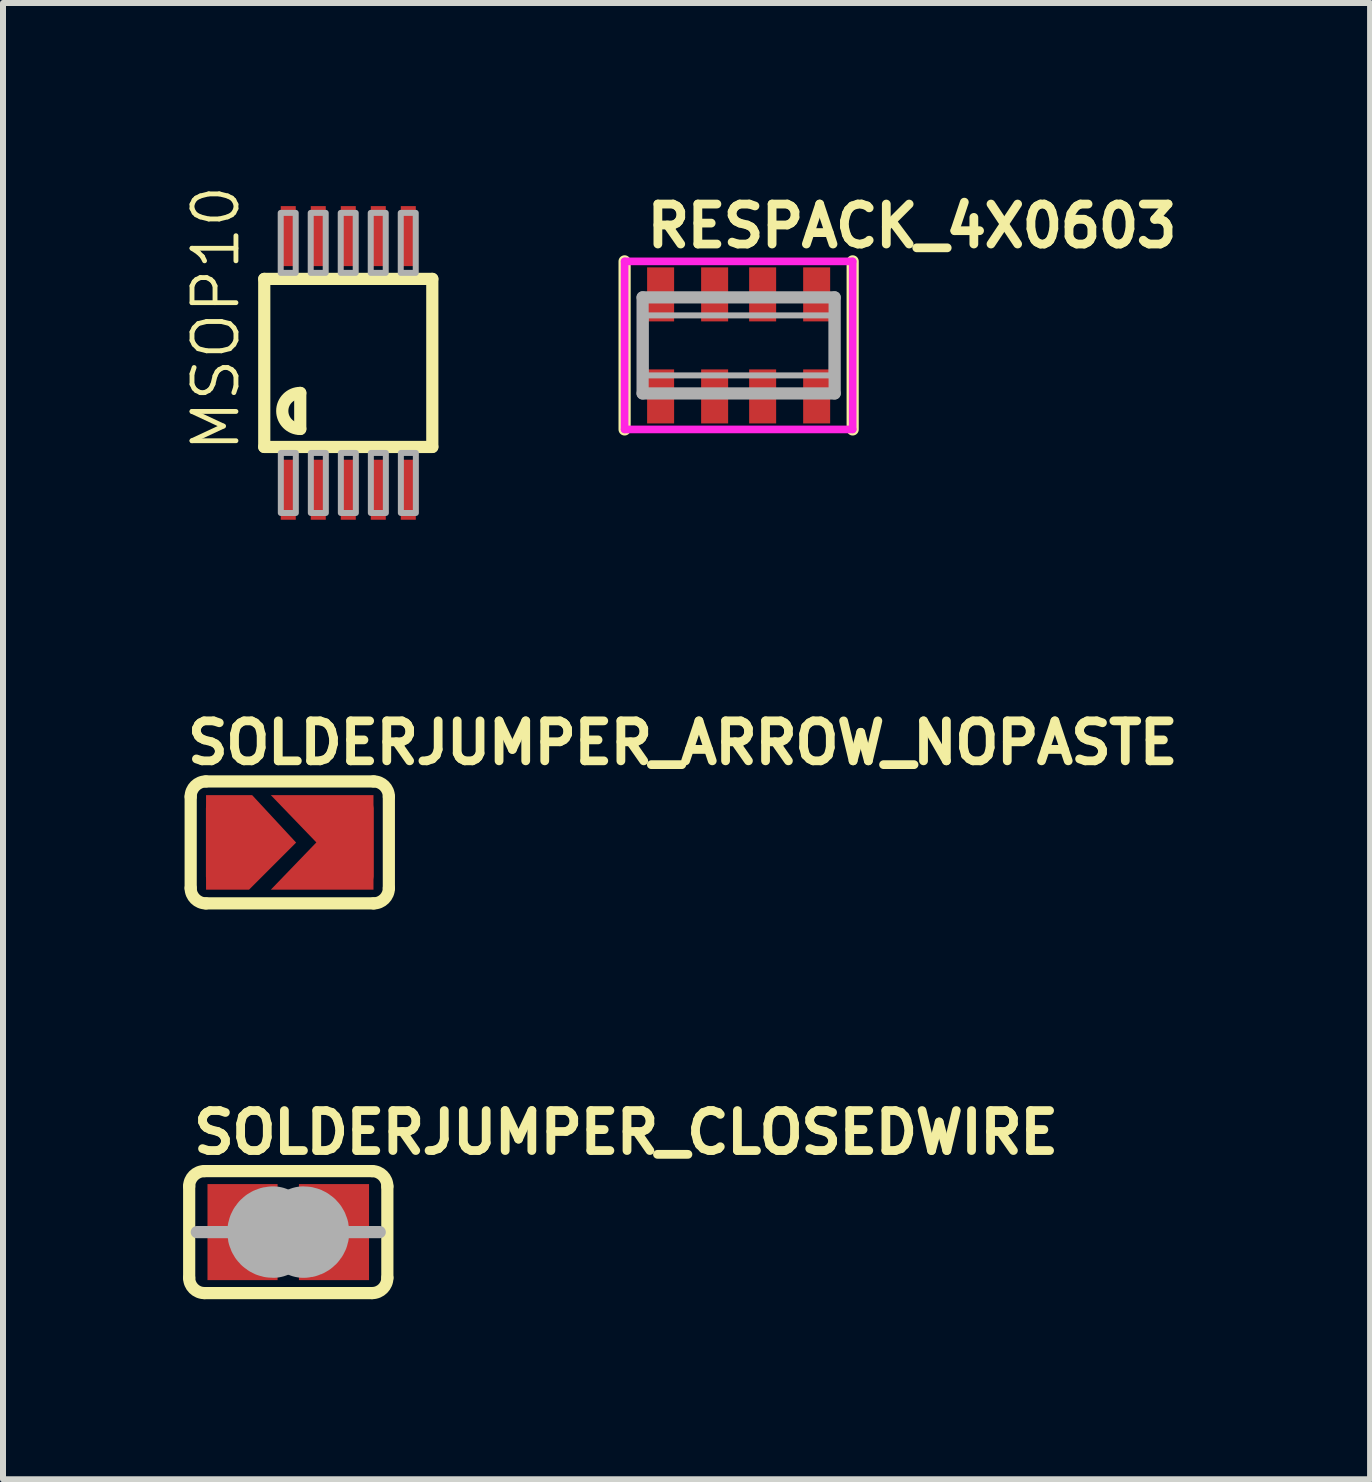
<source format=kicad_pcb>
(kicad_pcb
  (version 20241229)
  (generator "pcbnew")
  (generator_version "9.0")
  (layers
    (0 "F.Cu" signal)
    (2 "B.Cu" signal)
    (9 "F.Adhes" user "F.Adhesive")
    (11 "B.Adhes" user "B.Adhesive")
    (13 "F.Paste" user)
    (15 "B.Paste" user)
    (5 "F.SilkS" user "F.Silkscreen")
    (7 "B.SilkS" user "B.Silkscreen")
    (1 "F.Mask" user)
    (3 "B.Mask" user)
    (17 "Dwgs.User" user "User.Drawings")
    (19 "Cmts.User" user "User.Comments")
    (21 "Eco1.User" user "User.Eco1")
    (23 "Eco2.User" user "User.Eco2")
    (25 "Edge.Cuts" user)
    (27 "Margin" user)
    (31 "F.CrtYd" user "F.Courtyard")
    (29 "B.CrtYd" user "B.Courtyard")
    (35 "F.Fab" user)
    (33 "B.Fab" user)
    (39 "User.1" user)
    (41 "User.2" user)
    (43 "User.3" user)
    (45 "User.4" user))
  (footprint "SOLDERJUMPER_ARROW_NOPASTE"
    (layer "F.Cu")
    (at 1.778 10.986)
    (property "Reference" "SOLDERJUMPER_ARROW_NOPASTE" (at -1.778 -1.27 0) (unlocked yes) (layer "F.SilkS") (effects (font (size 0.666 0.666) (thickness 0.146)) (justify left bottom)))
    (fp_poly (pts (xy 0.106 0.003) (xy -0.679 0.788) (xy -1.395 0.788) (xy -1.395 -0.788) (xy -0.627 -0.788)) (stroke (width 0) (type default)) (fill yes) (layer "F.Cu"))
    (fp_poly (pts (xy 1.395 0.788) (xy -0.316 0.788) (xy 0.443 0) (xy -0.316 -0.788) (xy 1.395 -0.788)) (stroke (width 0) (type default)) (fill yes) (layer "F.Cu"))
    (fp_poly (pts (xy -1.46 0.826) (xy 1.46 0.826) (xy 1.46 -0.826) (xy -1.46 -0.826)) (stroke (width 0) (type default)) (fill yes) (layer "F.Mask"))
    (fp_line (start -1.651 0.762) (end -1.651 -0.762) (stroke (width 0.203) (type solid)) (layer "F.SilkS"))
    (fp_line (start -1.397 -1.016) (end 1.397 -1.016) (stroke (width 0.203) (type solid)) (layer "F.SilkS"))
    (fp_line (start 1.397 1.016) (end -1.397 1.016) (stroke (width 0.203) (type solid)) (layer "F.SilkS"))
    (fp_line (start 1.651 0.762) (end 1.651 -0.762) (stroke (width 0.203) (type solid)) (layer "F.SilkS"))
    (fp_arc (start -1.651 -0.762) (mid -1.576605 -0.941605) (end -1.397 -1.016) (stroke (width 0.2032) (type solid)) (layer "F.SilkS"))
    (fp_arc (start -1.397 1.016) (mid -1.576605 0.941605) (end -1.651 0.762) (stroke (width 0.2032) (type solid)) (layer "F.SilkS"))
    (fp_arc (start 1.397 -1.016) (mid 1.576605 -0.941605) (end 1.651 -0.762) (stroke (width 0.2032) (type solid)) (layer "F.SilkS"))
    (fp_arc (start 1.651 0.762) (mid 1.576605 0.941605) (end 1.397 1.016) (stroke (width 0.2032) (type solid)) (layer "F.SilkS"))
    (pad "1" smd roundrect (at -1.016 0) (size 0.762 1.524) (layers "F.Cu") (roundrect_rratio 0.25))
    (pad "2" smd roundrect (at 1.016 0) (size 0.762 1.524) (layers "F.Cu") (roundrect_rratio 0.25)))
  (footprint "MSOP10"
    (layer "F.Cu")
    (at 2.753 2.997)
    (property "Reference" "MSOP10" (at -1.778 1.524 90) (unlocked yes) (layer "F.SilkS") (effects (font (size 0.732 0.732) (thickness 0.081)) (justify left bottom)))
    (fp_line (start -1.4 -1.4) (end 1.4 -1.4) (stroke (width 0.203) (type solid)) (layer "F.SilkS"))
    (fp_line (start -1.4 1.4) (end -1.4 -1.4) (stroke (width 0.203) (type solid)) (layer "F.SilkS"))
    (fp_line (start -0.8 0.5) (end -0.8 1.1) (stroke (width 0.203) (type solid)) (layer "F.SilkS"))
    (fp_line (start 1.4 -1.4) (end 1.4 1.4) (stroke (width 0.203) (type solid)) (layer "F.SilkS"))
    (fp_line (start 1.4 1.4) (end -1.4 1.4) (stroke (width 0.203) (type solid)) (layer "F.SilkS"))
    (fp_arc (start -0.8 1.1) (mid -1.1 0.8) (end -0.8 0.5) (stroke (width 0.2032) (type solid)) (layer "F.SilkS"))
    (fp_poly (pts (xy -1.124 2.5) (xy -0.874 2.5) (xy -0.874 1.5) (xy -1.124 1.5)) (stroke (width 0.1) (type default)) (fill no) (layer "F.Fab"))
    (fp_poly (pts (xy -0.876 -2.5) (xy -1.126 -2.5) (xy -1.126 -1.5) (xy -0.876 -1.5)) (stroke (width 0.1) (type default)) (fill no) (layer "F.Fab"))
    (fp_poly (pts (xy -0.624 2.5) (xy -0.374 2.5) (xy -0.374 1.5) (xy -0.624 1.5)) (stroke (width 0.1) (type default)) (fill no) (layer "F.Fab"))
    (fp_poly (pts (xy -0.376 -2.5) (xy -0.626 -2.5) (xy -0.626 -1.5) (xy -0.376 -1.5)) (stroke (width 0.1) (type default)) (fill no) (layer "F.Fab"))
    (fp_poly (pts (xy -0.124 2.5) (xy 0.126 2.5) (xy 0.126 1.5) (xy -0.124 1.5)) (stroke (width 0.1) (type default)) (fill no) (layer "F.Fab"))
    (fp_poly (pts (xy 0.124 -2.5) (xy -0.126 -2.5) (xy -0.126 -1.5) (xy 0.124 -1.5)) (stroke (width 0.1) (type default)) (fill no) (layer "F.Fab"))
    (fp_poly (pts (xy 0.376 2.5) (xy 0.626 2.5) (xy 0.626 1.5) (xy 0.376 1.5)) (stroke (width 0.1) (type default)) (fill no) (layer "F.Fab"))
    (fp_poly (pts (xy 0.624 -2.5) (xy 0.374 -2.5) (xy 0.374 -1.5) (xy 0.624 -1.5)) (stroke (width 0.1) (type default)) (fill no) (layer "F.Fab"))
    (fp_poly (pts (xy 0.876 2.5) (xy 1.126 2.5) (xy 1.126 1.5) (xy 0.876 1.5)) (stroke (width 0.1) (type default)) (fill no) (layer "F.Fab"))
    (fp_poly (pts (xy 1.124 -2.5) (xy 0.874 -2.5) (xy 0.874 -1.5) (xy 1.124 -1.5)) (stroke (width 0.1) (type default)) (fill no) (layer "F.Fab"))
    (pad "1" smd rect (at -1 2.113) (size 0.25 1) (layers "F.Cu" "F.Mask" "F.Paste"))
    (pad "2" smd rect (at -0.5 2.113) (size 0.25 1) (layers "F.Cu" "F.Mask" "F.Paste"))
    (pad "3" smd rect (at 0 2.113) (size 0.25 1) (layers "F.Cu" "F.Mask" "F.Paste"))
    (pad "4" smd rect (at 0.5 2.113) (size 0.25 1) (layers "F.Cu" "F.Mask" "F.Paste"))
    (pad "5" smd rect (at 1 2.113) (size 0.25 1) (layers "F.Cu" "F.Mask" "F.Paste"))
    (pad "6" smd rect (at 1 -2.113 180) (size 0.25 1) (layers "F.Cu" "F.Mask" "F.Paste"))
    (pad "7" smd rect (at 0.5 -2.113 180) (size 0.25 1) (layers "F.Cu" "F.Mask" "F.Paste"))
    (pad "8" smd rect (at 0 -2.113 180) (size 0.25 1) (layers "F.Cu" "F.Mask" "F.Paste"))
    (pad "9" smd rect (at -0.5 -2.113 180) (size 0.25 1) (layers "F.Cu" "F.Mask" "F.Paste"))
    (pad "10" smd rect (at -1 -2.113 180) (size 0.25 1) (layers "F.Cu" "F.Mask" "F.Paste")))
  (footprint "SOLDERJUMPER_CLOSEDWIRE"
    (layer "F.Cu")
    (at 1.753 17.479)
    (property "Reference" "SOLDERJUMPER_CLOSEDWIRE" (at -1.651 -1.27 0) (unlocked yes) (layer "F.SilkS") (effects (font (size 0.666 0.666) (thickness 0.146)) (justify left bottom)))
    (fp_poly (pts (xy 1.397 0.889) (xy -1.397 0.889) (xy -1.397 -0.889) (xy 1.397 -0.889)) (stroke (width 0) (type default)) (fill yes) (layer "F.Mask"))
    (fp_line (start -1.651 0.762) (end -1.651 -0.762) (stroke (width 0.203) (type solid)) (layer "F.SilkS"))
    (fp_line (start -1.397 -1.016) (end 1.397 -1.016) (stroke (width 0.203) (type solid)) (layer "F.SilkS"))
    (fp_line (start 1.397 1.016) (end -1.397 1.016) (stroke (width 0.203) (type solid)) (layer "F.SilkS"))
    (fp_line (start 1.651 0.762) (end 1.651 -0.762) (stroke (width 0.203) (type solid)) (layer "F.SilkS"))
    (fp_arc (start -1.651 -0.762) (mid -1.576605 -0.941605) (end -1.397 -1.016) (stroke (width 0.2032) (type solid)) (layer "F.SilkS"))
    (fp_arc (start -1.397 1.016) (mid -1.576605 0.941605) (end -1.651 0.762) (stroke (width 0.2032) (type solid)) (layer "F.SilkS"))
    (fp_arc (start 1.397 -1.016) (mid 1.576605 -0.941605) (end 1.651 -0.762) (stroke (width 0.2032) (type solid)) (layer "F.SilkS"))
    (fp_arc (start 1.651 0.762) (mid 1.576605 0.941605) (end 1.397 1.016) (stroke (width 0.2032) (type solid)) (layer "F.SilkS"))
    (fp_line (start -1.016 0) (end -1.524 0) (stroke (width 0.203) (type solid)) (layer "F.Fab"))
    (fp_line (start 1.016 0) (end 1.524 0) (stroke (width 0.203) (type solid)) (layer "F.Fab"))
    (fp_arc (start -0.254 0.127) (mid -0.381 0) (end -0.254 -0.127) (stroke (width 1.27) (type solid)) (layer "F.Fab"))
    (fp_arc (start 0.254 -0.127) (mid 0.381 0) (end 0.254 0.127) (stroke (width 1.27) (type solid)) (layer "F.Fab"))
    (pad "1" smd rect (at -0.762 0) (size 1.168 1.6) (layers "F.Cu"))
    (pad "2" smd rect (at 0.762 0) (size 1.168 1.6) (layers "F.Cu"))
    (pad "WIRE" smd rect (at 0 0 180) (size 0.635 0.203) (layers "F.Cu")))
  (footprint "RESPACK_4X0603"
    (layer "F.Cu")
    (at 9.257 2.705)
    (property "Reference" "RESPACK_4X0603" (at -1.6 -1.6 0) (unlocked yes) (layer "F.SilkS") (effects (font (size 0.666 0.666) (thickness 0.146)) (justify left bottom)))
    (fp_line (start -1.9 1.4) (end -1.9 -1.4) (stroke (width 0.203) (type solid)) (layer "F.SilkS"))
    (fp_line (start 1.9 -1.4) (end 1.9 1.4) (stroke (width 0.203) (type solid)) (layer "F.SilkS"))
    (fp_line (start -1.9 -1.4) (end 1.9 -1.4) (stroke (width 0.127) (type solid)) (layer "F.CrtYd"))
    (fp_line (start -1.9 1.4) (end -1.9 -1.4) (stroke (width 0.127) (type solid)) (layer "F.CrtYd"))
    (fp_line (start -1.9 1.4) (end 1.9 1.4) (stroke (width 0.127) (type solid)) (layer "F.CrtYd"))
    (fp_line (start 1.9 -1.4) (end 1.9 1.4) (stroke (width 0.127) (type solid)) (layer "F.CrtYd"))
    (fp_line (start -1.6 -0.8) (end 1.6 -0.8) (stroke (width 0.203) (type solid)) (layer "F.Fab"))
    (fp_line (start -1.6 0.8) (end -1.6 -0.8) (stroke (width 0.203) (type solid)) (layer "F.Fab"))
    (fp_line (start 1.6 -0.8) (end 1.6 0.8) (stroke (width 0.203) (type solid)) (layer "F.Fab"))
    (fp_line (start 1.6 0.8) (end -1.6 0.8) (stroke (width 0.203) (type solid)) (layer "F.Fab"))
    (fp_poly (pts (xy -1.55 0.5) (xy 1.55 0.5) (xy 1.55 -0.5) (xy -1.55 -0.5)) (stroke (width 0.1) (type default)) (fill no) (layer "F.Fab"))
    (pad "1" smd rect (at -1.3 0.85) (size 0.45 0.9) (layers "F.Cu" "F.Mask" "F.Paste"))
    (pad "2" smd rect (at -0.4 0.85) (size 0.45 0.9) (layers "F.Cu" "F.Mask" "F.Paste"))
    (pad "3" smd rect (at 0.4 0.85) (size 0.45 0.9) (layers "F.Cu" "F.Mask" "F.Paste"))
    (pad "4" smd rect (at 1.3 0.85) (size 0.45 0.9) (layers "F.Cu" "F.Mask" "F.Paste"))
    (pad "5" smd rect (at 1.3 -0.85) (size 0.45 0.9) (layers "F.Cu" "F.Mask" "F.Paste"))
    (pad "6" smd rect (at 0.4 -0.85) (size 0.45 0.9) (layers "F.Cu" "F.Mask" "F.Paste"))
    (pad "7" smd rect (at -0.4 -0.85) (size 0.45 0.9) (layers "F.Cu" "F.Mask" "F.Paste"))
    (pad "8" smd rect (at -1.3 -0.85) (size 0.45 0.9) (layers "F.Cu" "F.Mask" "F.Paste")))
  (gr_rect
    (start -3 -3)
    (end 19.778 21.597)
    (stroke (width 0.1) (type default))
    (fill no)
    (layer "Edge.Cuts")))
</source>
